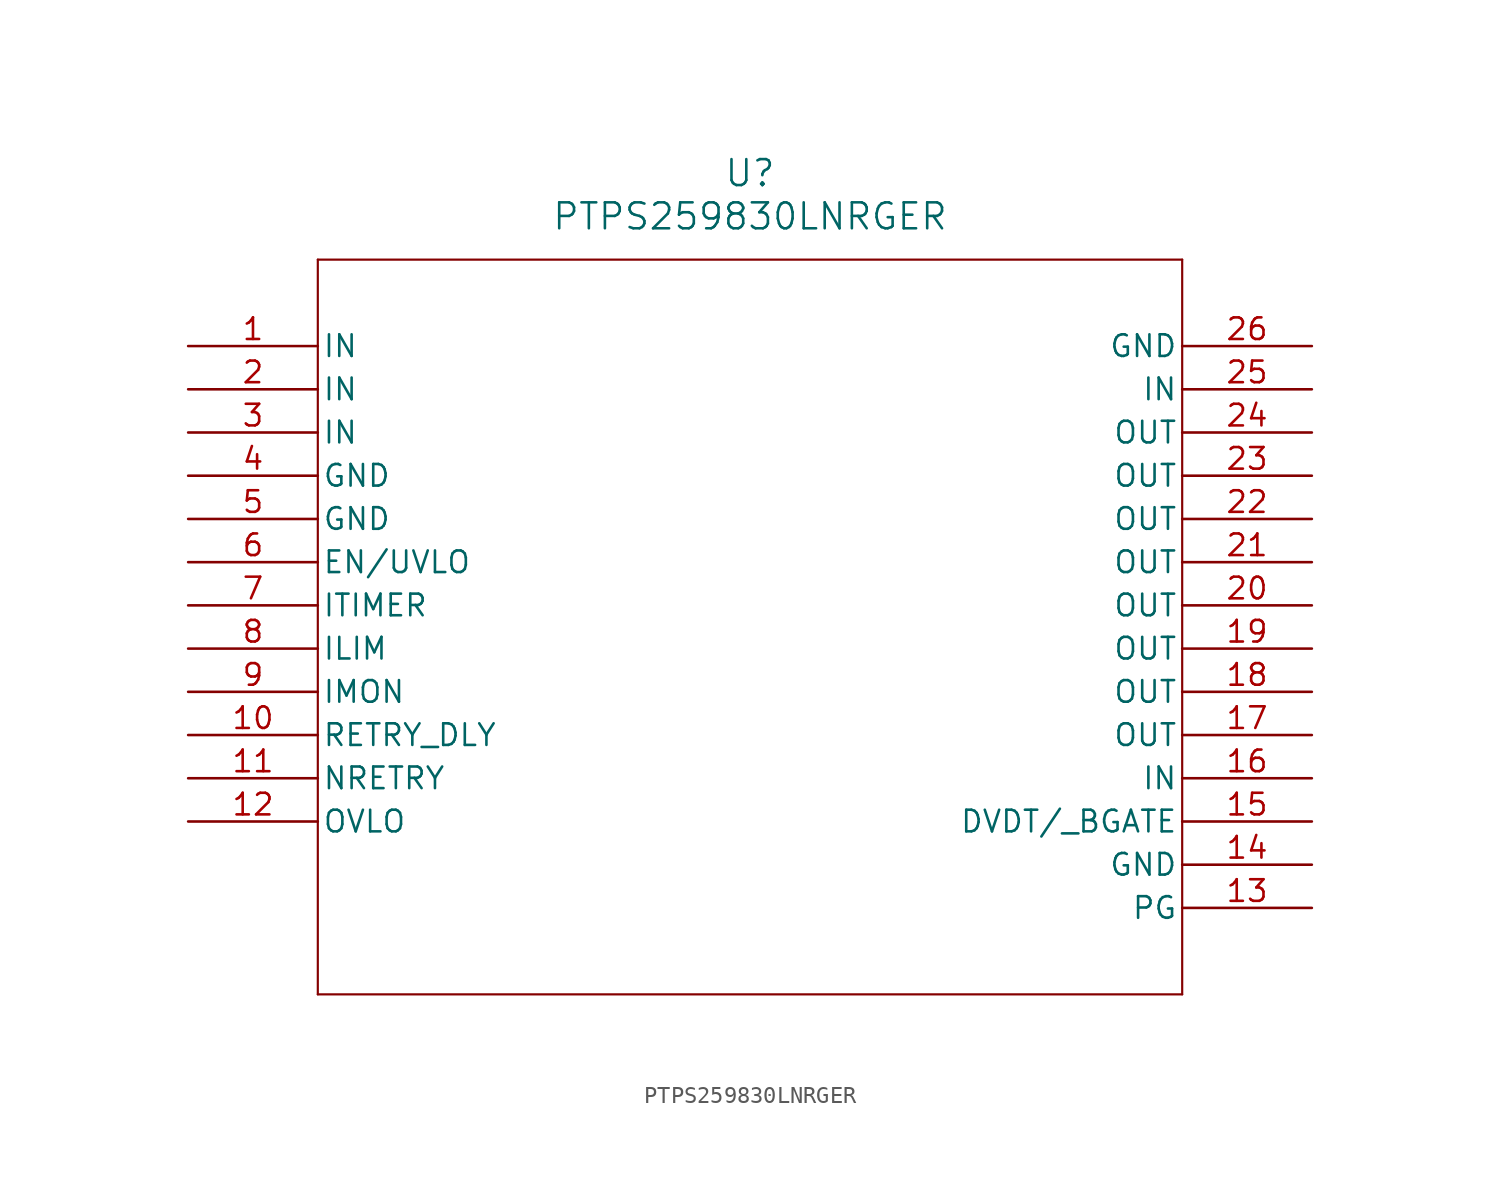
<source format=kicad_sym>
(kicad_symbol_lib
  (version 20211014)
  (generator kicad_symbol_editor)
  (symbol "PTPS259830LNRGER"
    (pin_names
      (offset 0.254))
    (property "Reference" "U"
      (at 33.02 10.16 0)
      (effects (font (size 1.524 1.524))))
    (property "Value" "PTPS259830LNRGER"
      (at 33.02 7.62 0)
      (effects (font (size 1.524 1.524))))
    (symbol "PTPS259830LNRGER_0_1"
      (polyline (pts (xy 7.62 5.08) (xy 7.62 -38.1)) (stroke (width 0.127) (type default) (color 0 0 0 0)) (fill (type none)))
      (polyline (pts (xy 7.62 -38.1) (xy 58.42 -38.1)) (stroke (width 0.127) (type default) (color 0 0 0 0)) (fill (type none)))
      (polyline (pts (xy 58.42 -38.1) (xy 58.42 5.08)) (stroke (width 0.127) (type default) (color 0 0 0 0)) (fill (type none)))
      (polyline (pts (xy 58.42 5.08) (xy 7.62 5.08)) (stroke (width 0.127) (type default) (color 0 0 0 0)) (fill (type none)))
      (pin input line (at 0 0 0) (length 7.62) (name "IN" (effects (font (size 1.27 1.27)))) (number "1" (effects (font (size 1.27 1.27)))))
      (pin input line (at 0 -2.54 0) (length 7.62) (name "IN" (effects (font (size 1.27 1.27)))) (number "2" (effects (font (size 1.27 1.27)))))
      (pin input line (at 0 -5.08 0) (length 7.62) (name "IN" (effects (font (size 1.27 1.27)))) (number "3" (effects (font (size 1.27 1.27)))))
      (pin power_out line (at 0 -7.62 0) (length 7.62) (name "GND" (effects (font (size 1.27 1.27)))) (number "4" (effects (font (size 1.27 1.27)))))
      (pin power_out line (at 0 -10.16 0) (length 7.62) (name "GND" (effects (font (size 1.27 1.27)))) (number "5" (effects (font (size 1.27 1.27)))))
      (pin input line (at 0 -12.7 0) (length 7.62) (name "EN/UVLO" (effects (font (size 1.27 1.27)))) (number "6" (effects (font (size 1.27 1.27)))))
      (pin output line (at 0 -15.24 0) (length 7.62) (name "ITIMER" (effects (font (size 1.27 1.27)))) (number "7" (effects (font (size 1.27 1.27)))))
      (pin output line (at 0 -17.78 0) (length 7.62) (name "ILIM" (effects (font (size 1.27 1.27)))) (number "8" (effects (font (size 1.27 1.27)))))
      (pin output line (at 0 -20.32 0) (length 7.62) (name "IMON" (effects (font (size 1.27 1.27)))) (number "9" (effects (font (size 1.27 1.27)))))
      (pin output line (at 0 -22.86 0) (length 7.62) (name "RETRY_DLY" (effects (font (size 1.27 1.27)))) (number "10" (effects (font (size 1.27 1.27)))))
      (pin output line (at 0 -25.4 0) (length 7.62) (name "NRETRY" (effects (font (size 1.27 1.27)))) (number "11" (effects (font (size 1.27 1.27)))))
      (pin input line (at 0 -27.94 0) (length 7.62) (name "OVLO" (effects (font (size 1.27 1.27)))) (number "12" (effects (font (size 1.27 1.27)))))
      (pin output line (at 66.04 -33.02 180) (length 7.62) (name "PG" (effects (font (size 1.27 1.27)))) (number "13" (effects (font (size 1.27 1.27)))))
      (pin power_out line (at 66.04 -30.48 180) (length 7.62) (name "GND" (effects (font (size 1.27 1.27)))) (number "14" (effects (font (size 1.27 1.27)))))
      (pin output line (at 66.04 -27.94 180) (length 7.62) (name "DVDT/ BGATE" (effects (font (size 1.27 1.27)))) (number "15" (effects (font (size 1.27 1.27)))))
      (pin input line (at 66.04 -25.4 180) (length 7.62) (name "IN" (effects (font (size 1.27 1.27)))) (number "16" (effects (font (size 1.27 1.27)))))
      (pin output line (at 66.04 -22.86 180) (length 7.62) (name "OUT" (effects (font (size 1.27 1.27)))) (number "17" (effects (font (size 1.27 1.27)))))
      (pin output line (at 66.04 -20.32 180) (length 7.62) (name "OUT" (effects (font (size 1.27 1.27)))) (number "18" (effects (font (size 1.27 1.27)))))
      (pin output line (at 66.04 -17.78 180) (length 7.62) (name "OUT" (effects (font (size 1.27 1.27)))) (number "19" (effects (font (size 1.27 1.27)))))
      (pin output line (at 66.04 -15.24 180) (length 7.62) (name "OUT" (effects (font (size 1.27 1.27)))) (number "20" (effects (font (size 1.27 1.27)))))
      (pin output line (at 66.04 -12.7 180) (length 7.62) (name "OUT" (effects (font (size 1.27 1.27)))) (number "21" (effects (font (size 1.27 1.27)))))
      (pin output line (at 66.04 -10.16 180) (length 7.62) (name "OUT" (effects (font (size 1.27 1.27)))) (number "22" (effects (font (size 1.27 1.27)))))
      (pin output line (at 66.04 -7.62 180) (length 7.62) (name "OUT" (effects (font (size 1.27 1.27)))) (number "23" (effects (font (size 1.27 1.27)))))
      (pin output line (at 66.04 -5.08 180) (length 7.62) (name "OUT" (effects (font (size 1.27 1.27)))) (number "24" (effects (font (size 1.27 1.27)))))
      (pin input line (at 66.04 -2.54 180) (length 7.62) (name "IN" (effects (font (size 1.27 1.27)))) (number "25" (effects (font (size 1.27 1.27)))))
      (pin power_out line (at 66.04 0 180) (length 7.62) (name "GND" (effects (font (size 1.27 1.27)))) (number "26" (effects (font (size 1.27 1.27))))))))
</source>
